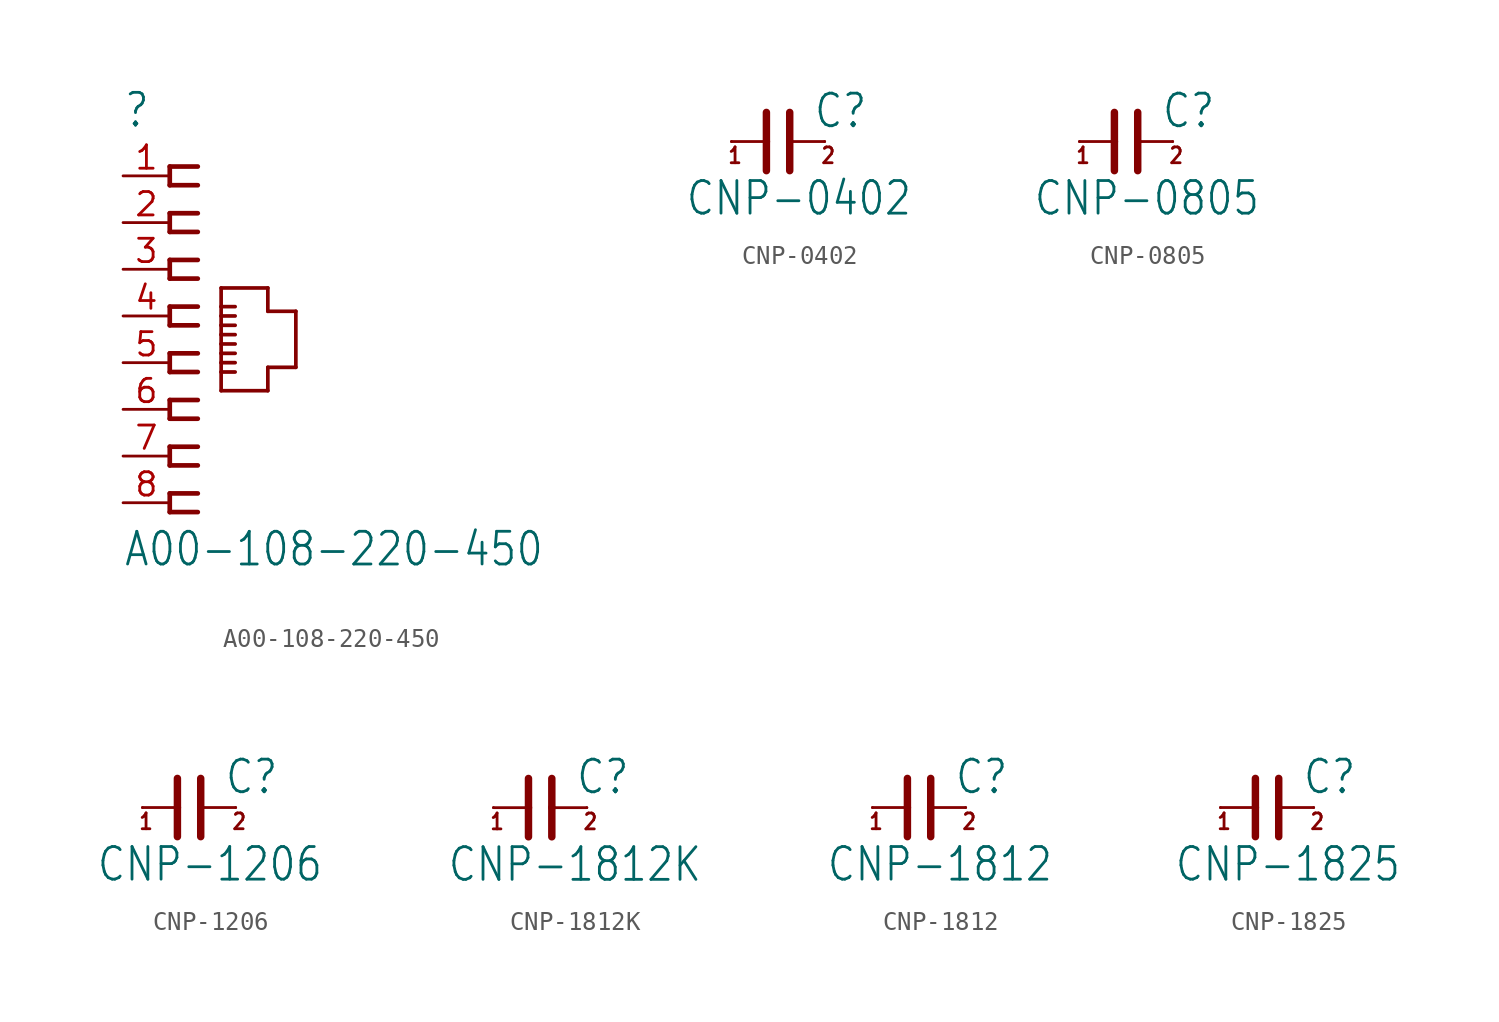
<source format=kicad_sym>
(kicad_symbol_lib
  (version 20211014)
  (generator kicad_symbol_editor)
  (symbol "A00-108-220-450"
    (property "Reference" ""
      (at 0 10.16 0)
      (effects (font (size 1.778 1.511)) (justify left bottom)))
    (property "Value" "A00-108-220-450"
      (at 0 -13.716 0)
      (effects (font (size 1.778 1.511)) (justify left bottom)))
    (property "ki_locked" ""
      (at 0 0 0)
      (effects (font (size 1.27 1.27))))
    (symbol "A00-108-220-450_1_0"
      (polyline (pts (xy 2.54 -10.668) (xy 4.064 -10.668)) (stroke (width 0.254) (type default) (color 0 0 0 0)) (fill (type none)))
      (polyline (pts (xy 2.54 -9.652) (xy 2.54 -10.668)) (stroke (width 0.254) (type default) (color 0 0 0 0)) (fill (type none)))
      (polyline (pts (xy 2.54 -8.128) (xy 4.064 -8.128)) (stroke (width 0.254) (type default) (color 0 0 0 0)) (fill (type none)))
      (polyline (pts (xy 2.54 -7.112) (xy 2.54 -8.128)) (stroke (width 0.254) (type default) (color 0 0 0 0)) (fill (type none)))
      (polyline (pts (xy 2.54 -5.588) (xy 4.064 -5.588)) (stroke (width 0.254) (type default) (color 0 0 0 0)) (fill (type none)))
      (polyline (pts (xy 2.54 -4.572) (xy 2.54 -5.588)) (stroke (width 0.254) (type default) (color 0 0 0 0)) (fill (type none)))
      (polyline (pts (xy 2.54 -3.048) (xy 4.064 -3.048)) (stroke (width 0.254) (type default) (color 0 0 0 0)) (fill (type none)))
      (polyline (pts (xy 2.54 -2.032) (xy 2.54 -3.048)) (stroke (width 0.254) (type default) (color 0 0 0 0)) (fill (type none)))
      (polyline (pts (xy 2.54 -0.508) (xy 4.064 -0.508)) (stroke (width 0.254) (type default) (color 0 0 0 0)) (fill (type none)))
      (polyline (pts (xy 2.54 0.508) (xy 2.54 -0.508)) (stroke (width 0.254) (type default) (color 0 0 0 0)) (fill (type none)))
      (polyline (pts (xy 2.54 2.032) (xy 4.064 2.032)) (stroke (width 0.254) (type default) (color 0 0 0 0)) (fill (type none)))
      (polyline (pts (xy 2.54 3.048) (xy 2.54 2.032)) (stroke (width 0.254) (type default) (color 0 0 0 0)) (fill (type none)))
      (polyline (pts (xy 2.54 4.572) (xy 4.064 4.572)) (stroke (width 0.254) (type default) (color 0 0 0 0)) (fill (type none)))
      (polyline (pts (xy 2.54 5.588) (xy 2.54 4.572)) (stroke (width 0.254) (type default) (color 0 0 0 0)) (fill (type none)))
      (polyline (pts (xy 2.54 7.112) (xy 4.064 7.112)) (stroke (width 0.254) (type default) (color 0 0 0 0)) (fill (type none)))
      (polyline (pts (xy 2.54 8.128) (xy 2.54 7.112)) (stroke (width 0.254) (type default) (color 0 0 0 0)) (fill (type none)))
      (polyline (pts (xy 4.064 -9.652) (xy 2.54 -9.652)) (stroke (width 0.254) (type default) (color 0 0 0 0)) (fill (type none)))
      (polyline (pts (xy 4.064 -7.112) (xy 2.54 -7.112)) (stroke (width 0.254) (type default) (color 0 0 0 0)) (fill (type none)))
      (polyline (pts (xy 4.064 -4.572) (xy 2.54 -4.572)) (stroke (width 0.254) (type default) (color 0 0 0 0)) (fill (type none)))
      (polyline (pts (xy 4.064 -2.032) (xy 2.54 -2.032)) (stroke (width 0.254) (type default) (color 0 0 0 0)) (fill (type none)))
      (polyline (pts (xy 4.064 0.508) (xy 2.54 0.508)) (stroke (width 0.254) (type default) (color 0 0 0 0)) (fill (type none)))
      (polyline (pts (xy 4.064 3.048) (xy 2.54 3.048)) (stroke (width 0.254) (type default) (color 0 0 0 0)) (fill (type none)))
      (polyline (pts (xy 4.064 5.588) (xy 2.54 5.588)) (stroke (width 0.254) (type default) (color 0 0 0 0)) (fill (type none)))
      (polyline (pts (xy 4.064 8.128) (xy 2.54 8.128)) (stroke (width 0.254) (type default) (color 0 0 0 0)) (fill (type none)))
      (polyline (pts (xy 5.334 -4.064) (xy 7.874 -4.064)) (stroke (width 0.2) (type default) (color 0 0 0 0)) (fill (type none)))
      (polyline (pts (xy 5.334 -3.048) (xy 5.334 -4.064)) (stroke (width 0.2) (type default) (color 0 0 0 0)) (fill (type none)))
      (polyline (pts (xy 5.334 -3.048) (xy 6.096 -3.048)) (stroke (width 0.2) (type default) (color 0 0 0 0)) (fill (type none)))
      (polyline (pts (xy 5.334 -2.54) (xy 5.334 -3.048)) (stroke (width 0.2) (type default) (color 0 0 0 0)) (fill (type none)))
      (polyline (pts (xy 5.334 -2.54) (xy 6.096 -2.54)) (stroke (width 0.2) (type default) (color 0 0 0 0)) (fill (type none)))
      (polyline (pts (xy 5.334 -2.032) (xy 5.334 -2.54)) (stroke (width 0.2) (type default) (color 0 0 0 0)) (fill (type none)))
      (polyline (pts (xy 5.334 -2.032) (xy 6.096 -2.032)) (stroke (width 0.2) (type default) (color 0 0 0 0)) (fill (type none)))
      (polyline (pts (xy 5.334 -1.524) (xy 5.334 -2.032)) (stroke (width 0.2) (type default) (color 0 0 0 0)) (fill (type none)))
      (polyline (pts (xy 5.334 -1.524) (xy 6.096 -1.524)) (stroke (width 0.2) (type default) (color 0 0 0 0)) (fill (type none)))
      (polyline (pts (xy 5.334 -1.016) (xy 5.334 -1.524)) (stroke (width 0.2) (type default) (color 0 0 0 0)) (fill (type none)))
      (polyline (pts (xy 5.334 -1.016) (xy 6.096 -1.016)) (stroke (width 0.2) (type default) (color 0 0 0 0)) (fill (type none)))
      (polyline (pts (xy 5.334 -0.508) (xy 5.334 -1.016)) (stroke (width 0.2) (type default) (color 0 0 0 0)) (fill (type none)))
      (polyline (pts (xy 5.334 -0.508) (xy 6.096 -0.508)) (stroke (width 0.2) (type default) (color 0 0 0 0)) (fill (type none)))
      (polyline (pts (xy 5.334 0) (xy 5.334 -0.508)) (stroke (width 0.2) (type default) (color 0 0 0 0)) (fill (type none)))
      (polyline (pts (xy 5.334 0) (xy 6.096 0)) (stroke (width 0.2) (type default) (color 0 0 0 0)) (fill (type none)))
      (polyline (pts (xy 5.334 0.508) (xy 5.334 0)) (stroke (width 0.2) (type default) (color 0 0 0 0)) (fill (type none)))
      (polyline (pts (xy 5.334 0.508) (xy 6.096 0.508)) (stroke (width 0.2) (type default) (color 0 0 0 0)) (fill (type none)))
      (polyline (pts (xy 5.334 1.524) (xy 5.334 0.508)) (stroke (width 0.2) (type default) (color 0 0 0 0)) (fill (type none)))
      (polyline (pts (xy 7.874 -4.064) (xy 7.874 -2.794)) (stroke (width 0.2) (type default) (color 0 0 0 0)) (fill (type none)))
      (polyline (pts (xy 7.874 -2.794) (xy 9.398 -2.794)) (stroke (width 0.2) (type default) (color 0 0 0 0)) (fill (type none)))
      (polyline (pts (xy 7.874 0.254) (xy 7.874 1.524)) (stroke (width 0.2) (type default) (color 0 0 0 0)) (fill (type none)))
      (polyline (pts (xy 7.874 1.524) (xy 5.334 1.524)) (stroke (width 0.2) (type default) (color 0 0 0 0)) (fill (type none)))
      (polyline (pts (xy 9.398 -2.794) (xy 9.398 0.254)) (stroke (width 0.2) (type default) (color 0 0 0 0)) (fill (type none)))
      (polyline (pts (xy 9.398 0.254) (xy 7.874 0.254)) (stroke (width 0.2) (type default) (color 0 0 0 0)) (fill (type none)))
      (pin passive line (at 0 7.62 0) (length 2.54) (name "1" (effects (font (size 0 0)))) (number "1" (effects (font (size 1.27 1.27)))))
      (pin passive line (at 0 5.08 0) (length 2.54) (name "2" (effects (font (size 0 0)))) (number "2" (effects (font (size 1.27 1.27)))))
      (pin passive line (at 0 2.54 0) (length 2.54) (name "3" (effects (font (size 0 0)))) (number "3" (effects (font (size 1.27 1.27)))))
      (pin passive line (at 0 0 0) (length 2.54) (name "4" (effects (font (size 0 0)))) (number "4" (effects (font (size 1.27 1.27)))))
      (pin passive line (at 0 -2.54 0) (length 2.54) (name "5" (effects (font (size 0 0)))) (number "5" (effects (font (size 1.27 1.27)))))
      (pin passive line (at 0 -5.08 0) (length 2.54) (name "6" (effects (font (size 0 0)))) (number "6" (effects (font (size 1.27 1.27)))))
      (pin passive line (at 0 -7.62 0) (length 2.54) (name "7" (effects (font (size 0 0)))) (number "7" (effects (font (size 1.27 1.27)))))
      (pin passive line (at 0 -10.16 0) (length 2.54) (name "8" (effects (font (size 0 0)))) (number "8" (effects (font (size 1.27 1.27)))))))
  (symbol "CNP-0402"
    (property "Reference" "C"
      (at 1.905 0.635 0)
      (effects (font (size 1.778 1.511)) (justify left bottom)))
    (property "Value" "CNP-0402"
      (at -5.08 -4.128 0)
      (effects (font (size 1.778 1.511)) (justify left bottom)))
    (property "ki_locked" ""
      (at 0 0 0)
      (effects (font (size 1.27 1.27))))
    (symbol "CNP-0402_1_0"
      (polyline (pts (xy -2.54 0) (xy -0.635 0)) (stroke (width 0.152) (type default) (color 0 0 0 0)) (fill (type none)))
      (polyline (pts (xy -0.635 0) (xy -0.635 -1.587)) (stroke (width 0.406) (type default) (color 0 0 0 0)) (fill (type none)))
      (polyline (pts (xy -0.635 1.587) (xy -0.635 0)) (stroke (width 0.406) (type default) (color 0 0 0 0)) (fill (type none)))
      (polyline (pts (xy 0.635 0) (xy 0.635 -1.587)) (stroke (width 0.406) (type default) (color 0 0 0 0)) (fill (type none)))
      (polyline (pts (xy 0.635 1.587) (xy 0.635 0)) (stroke (width 0.406) (type default) (color 0 0 0 0)) (fill (type none)))
      (polyline (pts (xy 2.54 0) (xy 0.635 0)) (stroke (width 0.152) (type default) (color 0 0 0 0)) (fill (type none)))
      (text "1" (at -2.794 -1.27 0) (effects (font (size 0.864 0.734)) (justify left bottom)))
      (text "2" (at 2.286 -1.27 0) (effects (font (size 0.864 0.734)) (justify left bottom)))
      (pin passive line (at -2.54 0 0) (length 0) (name "1" (effects (font (size 0 0)))) (number "1" (effects (font (size 0 0)))))
      (pin passive line (at 2.54 0 180) (length 0) (name "2" (effects (font (size 0 0)))) (number "2" (effects (font (size 0 0)))))))
  (symbol "CNP-0805"
    (property "Reference" "C"
      (at 1.905 0.635 0)
      (effects (font (size 1.778 1.511)) (justify left bottom)))
    (property "Value" "CNP-0805"
      (at -5.08 -4.128 0)
      (effects (font (size 1.778 1.511)) (justify left bottom)))
    (property "ki_locked" ""
      (at 0 0 0)
      (effects (font (size 1.27 1.27))))
    (symbol "CNP-0805_1_0"
      (polyline (pts (xy -2.54 0) (xy -0.635 0)) (stroke (width 0.152) (type default) (color 0 0 0 0)) (fill (type none)))
      (polyline (pts (xy -0.635 0) (xy -0.635 -1.587)) (stroke (width 0.406) (type default) (color 0 0 0 0)) (fill (type none)))
      (polyline (pts (xy -0.635 1.587) (xy -0.635 0)) (stroke (width 0.406) (type default) (color 0 0 0 0)) (fill (type none)))
      (polyline (pts (xy 0.635 0) (xy 0.635 -1.587)) (stroke (width 0.406) (type default) (color 0 0 0 0)) (fill (type none)))
      (polyline (pts (xy 0.635 1.587) (xy 0.635 0)) (stroke (width 0.406) (type default) (color 0 0 0 0)) (fill (type none)))
      (polyline (pts (xy 2.54 0) (xy 0.635 0)) (stroke (width 0.152) (type default) (color 0 0 0 0)) (fill (type none)))
      (text "1" (at -2.794 -1.27 0) (effects (font (size 0.864 0.734)) (justify left bottom)))
      (text "2" (at 2.286 -1.27 0) (effects (font (size 0.864 0.734)) (justify left bottom)))
      (pin passive line (at -2.54 0 0) (length 0) (name "1" (effects (font (size 0 0)))) (number "1" (effects (font (size 0 0)))))
      (pin passive line (at 2.54 0 180) (length 0) (name "2" (effects (font (size 0 0)))) (number "2" (effects (font (size 0 0)))))))
  (symbol "CNP-1206"
    (property "Reference" "C"
      (at 1.905 0.635 0)
      (effects (font (size 1.778 1.511)) (justify left bottom)))
    (property "Value" "CNP-1206"
      (at -5.08 -4.128 0)
      (effects (font (size 1.778 1.511)) (justify left bottom)))
    (property "ki_locked" ""
      (at 0 0 0)
      (effects (font (size 1.27 1.27))))
    (symbol "CNP-1206_1_0"
      (polyline (pts (xy -2.54 0) (xy -0.635 0)) (stroke (width 0.152) (type default) (color 0 0 0 0)) (fill (type none)))
      (polyline (pts (xy -0.635 0) (xy -0.635 -1.587)) (stroke (width 0.406) (type default) (color 0 0 0 0)) (fill (type none)))
      (polyline (pts (xy -0.635 1.587) (xy -0.635 0)) (stroke (width 0.406) (type default) (color 0 0 0 0)) (fill (type none)))
      (polyline (pts (xy 0.635 0) (xy 0.635 -1.587)) (stroke (width 0.406) (type default) (color 0 0 0 0)) (fill (type none)))
      (polyline (pts (xy 0.635 1.587) (xy 0.635 0)) (stroke (width 0.406) (type default) (color 0 0 0 0)) (fill (type none)))
      (polyline (pts (xy 2.54 0) (xy 0.635 0)) (stroke (width 0.152) (type default) (color 0 0 0 0)) (fill (type none)))
      (text "1" (at -2.794 -1.27 0) (effects (font (size 0.864 0.734)) (justify left bottom)))
      (text "2" (at 2.286 -1.27 0) (effects (font (size 0.864 0.734)) (justify left bottom)))
      (pin passive line (at -2.54 0 0) (length 0) (name "1" (effects (font (size 0 0)))) (number "P$1" (effects (font (size 0 0)))))
      (pin passive line (at 2.54 0 180) (length 0) (name "2" (effects (font (size 0 0)))) (number "P$2" (effects (font (size 0 0)))))))
  (symbol "CNP-1812K"
    (property "Reference" "C"
      (at 1.905 0.635 0)
      (effects (font (size 1.778 1.511)) (justify left bottom)))
    (property "Value" "CNP-1812K"
      (at -5.08 -4.128 0)
      (effects (font (size 1.778 1.511)) (justify left bottom)))
    (property "ki_locked" ""
      (at 0 0 0)
      (effects (font (size 1.27 1.27))))
    (symbol "CNP-1812K_1_0"
      (polyline (pts (xy -2.54 0) (xy -0.635 0)) (stroke (width 0.152) (type default) (color 0 0 0 0)) (fill (type none)))
      (polyline (pts (xy -0.635 0) (xy -0.635 -1.587)) (stroke (width 0.406) (type default) (color 0 0 0 0)) (fill (type none)))
      (polyline (pts (xy -0.635 1.587) (xy -0.635 0)) (stroke (width 0.406) (type default) (color 0 0 0 0)) (fill (type none)))
      (polyline (pts (xy 0.635 0) (xy 0.635 -1.587)) (stroke (width 0.406) (type default) (color 0 0 0 0)) (fill (type none)))
      (polyline (pts (xy 0.635 1.587) (xy 0.635 0)) (stroke (width 0.406) (type default) (color 0 0 0 0)) (fill (type none)))
      (polyline (pts (xy 2.54 0) (xy 0.635 0)) (stroke (width 0.152) (type default) (color 0 0 0 0)) (fill (type none)))
      (text "1" (at -2.794 -1.27 0) (effects (font (size 0.864 0.734)) (justify left bottom)))
      (text "2" (at 2.286 -1.27 0) (effects (font (size 0.864 0.734)) (justify left bottom)))
      (pin passive line (at -2.54 0 0) (length 0) (name "1" (effects (font (size 0 0)))) (number "1" (effects (font (size 0 0)))))
      (pin passive line (at 2.54 0 180) (length 0) (name "2" (effects (font (size 0 0)))) (number "2" (effects (font (size 0 0)))))))
  (symbol "CNP-1812"
    (property "Reference" "C"
      (at 1.905 0.635 0)
      (effects (font (size 1.778 1.511)) (justify left bottom)))
    (property "Value" "CNP-1812"
      (at -5.08 -4.128 0)
      (effects (font (size 1.778 1.511)) (justify left bottom)))
    (property "ki_locked" ""
      (at 0 0 0)
      (effects (font (size 1.27 1.27))))
    (symbol "CNP-1812_1_0"
      (polyline (pts (xy -2.54 0) (xy -0.635 0)) (stroke (width 0.152) (type default) (color 0 0 0 0)) (fill (type none)))
      (polyline (pts (xy -0.635 0) (xy -0.635 -1.587)) (stroke (width 0.406) (type default) (color 0 0 0 0)) (fill (type none)))
      (polyline (pts (xy -0.635 1.587) (xy -0.635 0)) (stroke (width 0.406) (type default) (color 0 0 0 0)) (fill (type none)))
      (polyline (pts (xy 0.635 0) (xy 0.635 -1.587)) (stroke (width 0.406) (type default) (color 0 0 0 0)) (fill (type none)))
      (polyline (pts (xy 0.635 1.587) (xy 0.635 0)) (stroke (width 0.406) (type default) (color 0 0 0 0)) (fill (type none)))
      (polyline (pts (xy 2.54 0) (xy 0.635 0)) (stroke (width 0.152) (type default) (color 0 0 0 0)) (fill (type none)))
      (text "1" (at -2.794 -1.27 0) (effects (font (size 0.864 0.734)) (justify left bottom)))
      (text "2" (at 2.286 -1.27 0) (effects (font (size 0.864 0.734)) (justify left bottom)))
      (pin passive line (at -2.54 0 0) (length 0) (name "1" (effects (font (size 0 0)))) (number "P$1" (effects (font (size 0 0)))))
      (pin passive line (at 2.54 0 180) (length 0) (name "2" (effects (font (size 0 0)))) (number "P$2" (effects (font (size 0 0)))))))
  (symbol "CNP-1825"
    (property "Reference" "C"
      (at 1.905 0.635 0)
      (effects (font (size 1.778 1.511)) (justify left bottom)))
    (property "Value" "CNP-1825"
      (at -5.08 -4.128 0)
      (effects (font (size 1.778 1.511)) (justify left bottom)))
    (property "ki_locked" ""
      (at 0 0 0)
      (effects (font (size 1.27 1.27))))
    (symbol "CNP-1825_1_0"
      (polyline (pts (xy -2.54 0) (xy -0.635 0)) (stroke (width 0.152) (type default) (color 0 0 0 0)) (fill (type none)))
      (polyline (pts (xy -0.635 0) (xy -0.635 -1.587)) (stroke (width 0.406) (type default) (color 0 0 0 0)) (fill (type none)))
      (polyline (pts (xy -0.635 1.587) (xy -0.635 0)) (stroke (width 0.406) (type default) (color 0 0 0 0)) (fill (type none)))
      (polyline (pts (xy 0.635 0) (xy 0.635 -1.587)) (stroke (width 0.406) (type default) (color 0 0 0 0)) (fill (type none)))
      (polyline (pts (xy 0.635 1.587) (xy 0.635 0)) (stroke (width 0.406) (type default) (color 0 0 0 0)) (fill (type none)))
      (polyline (pts (xy 2.54 0) (xy 0.635 0)) (stroke (width 0.152) (type default) (color 0 0 0 0)) (fill (type none)))
      (text "1" (at -2.794 -1.27 0) (effects (font (size 0.864 0.734)) (justify left bottom)))
      (text "2" (at 2.286 -1.27 0) (effects (font (size 0.864 0.734)) (justify left bottom)))
      (pin passive line (at -2.54 0 0) (length 0) (name "1" (effects (font (size 0 0)))) (number "1" (effects (font (size 0 0)))))
      (pin passive line (at 2.54 0 180) (length 0) (name "2" (effects (font (size 0 0)))) (number "2" (effects (font (size 0 0))))))))
</source>
